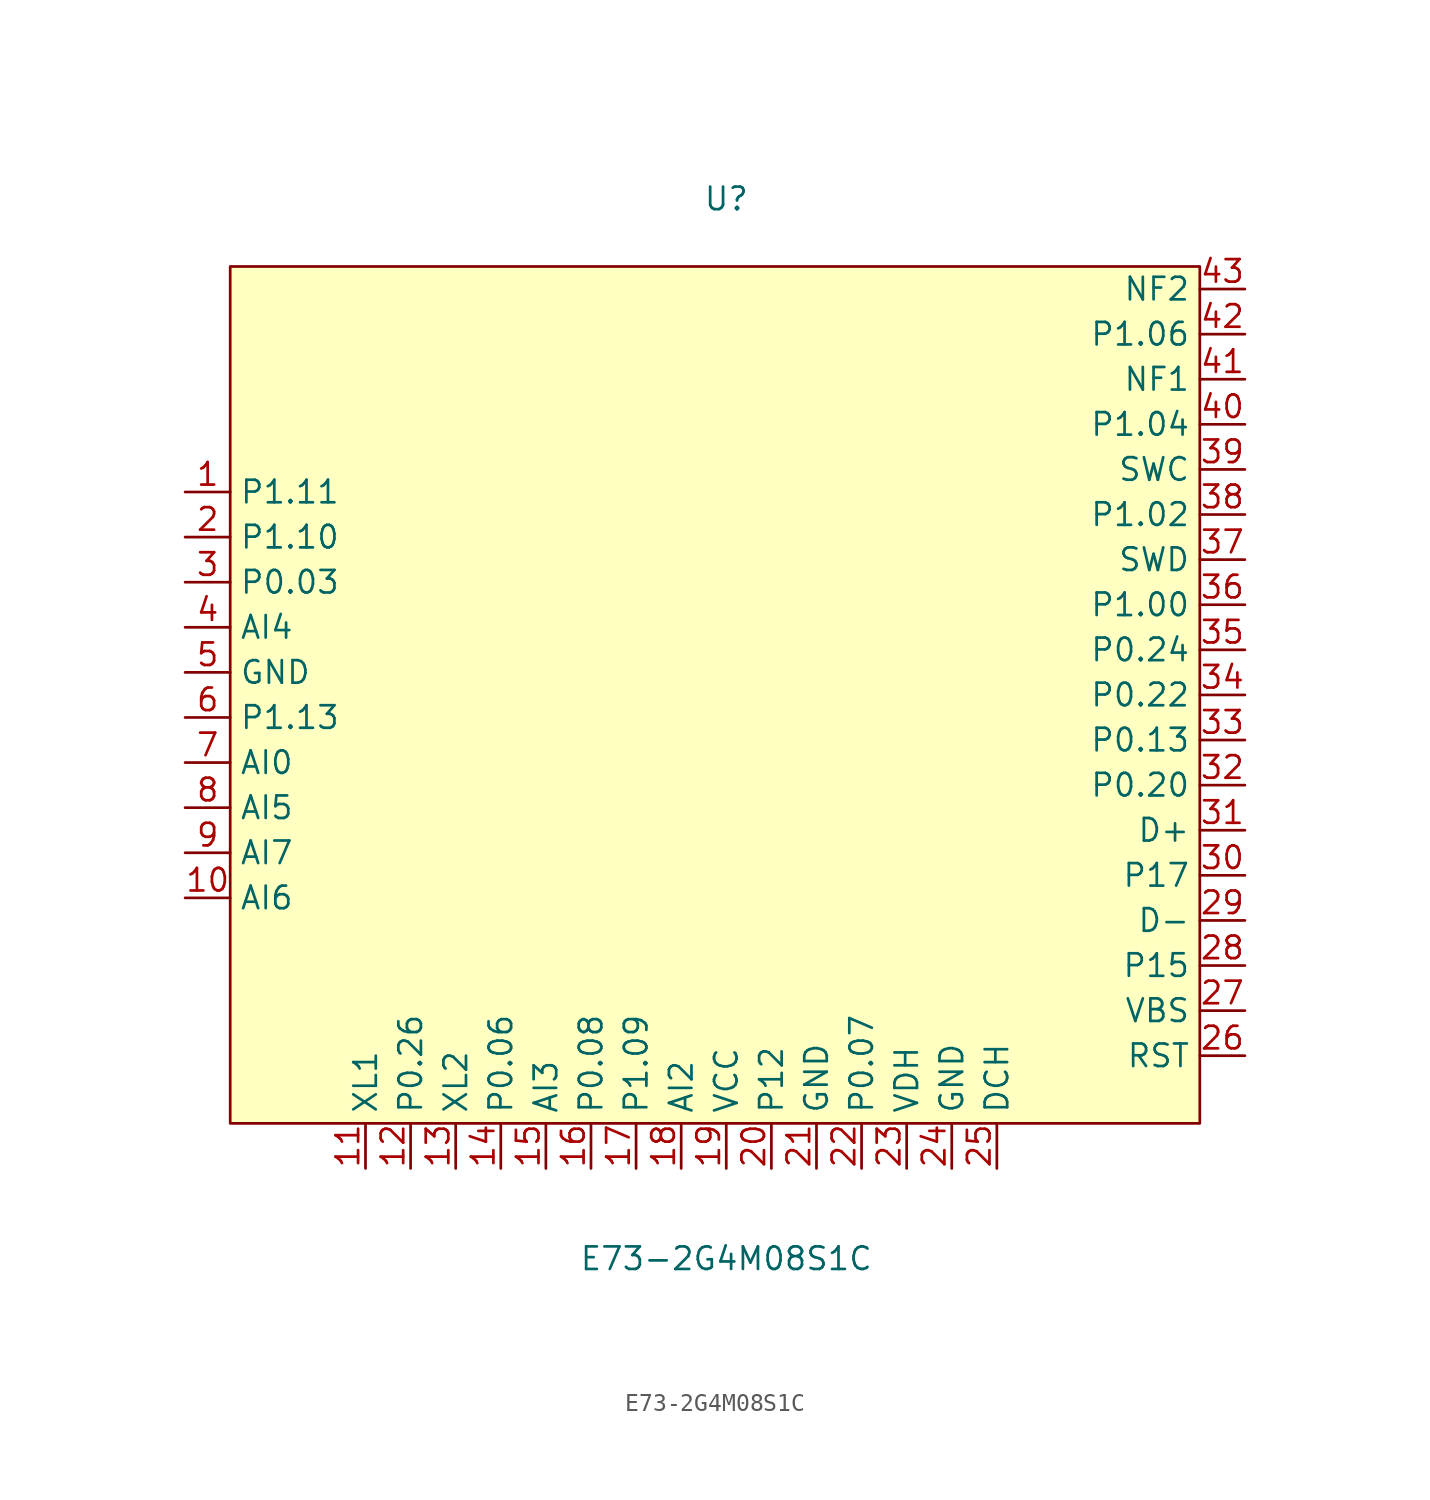
<source format=kicad_sym>
(kicad_symbol_lib
  (version 20211014)
  (generator https://github.com/uPesy/easyeda2kicad.py)
  (symbol "E73-2G4M08S1C"
    (property "Reference" "U"
      (at 0 29.21 0)
      (effects (font (size 1.27 1.27))))
    (property "Value" "E73-2G4M08S1C"
      (at 0 -30.48 0)
      (effects (font (size 1.27 1.27))))
    (symbol "E73-2G4M08S1C_0_1"
      (rectangle (start -27.94 25.40) (end 26.67 -22.86) (stroke (width 0) (type default) (color 0 0 0 0)) (fill (type background)))
      (pin unspecified line (at -30.48 12.70 0) (length 2.54) (name "P1.11" (effects (font (size 1.27 1.27)))) (number "1" (effects (font (size 1.27 1.27)))))
      (pin unspecified line (at -30.48 10.16 0) (length 2.54) (name "P1.10" (effects (font (size 1.27 1.27)))) (number "2" (effects (font (size 1.27 1.27)))))
      (pin unspecified line (at -30.48 7.62 0) (length 2.54) (name "P0.03" (effects (font (size 1.27 1.27)))) (number "3" (effects (font (size 1.27 1.27)))))
      (pin unspecified line (at -30.48 5.08 0) (length 2.54) (name "AI4" (effects (font (size 1.27 1.27)))) (number "4" (effects (font (size 1.27 1.27)))))
      (pin unspecified line (at -30.48 2.54 0) (length 2.54) (name "GND" (effects (font (size 1.27 1.27)))) (number "5" (effects (font (size 1.27 1.27)))))
      (pin unspecified line (at -30.48 -0.00 0) (length 2.54) (name "P1.13" (effects (font (size 1.27 1.27)))) (number "6" (effects (font (size 1.27 1.27)))))
      (pin unspecified line (at -30.48 -2.54 0) (length 2.54) (name "AI0" (effects (font (size 1.27 1.27)))) (number "7" (effects (font (size 1.27 1.27)))))
      (pin unspecified line (at -30.48 -5.08 0) (length 2.54) (name "AI5" (effects (font (size 1.27 1.27)))) (number "8" (effects (font (size 1.27 1.27)))))
      (pin unspecified line (at -30.48 -7.62 0) (length 2.54) (name "AI7" (effects (font (size 1.27 1.27)))) (number "9" (effects (font (size 1.27 1.27)))))
      (pin unspecified line (at -30.48 -10.16 0) (length 2.54) (name "AI6" (effects (font (size 1.27 1.27)))) (number "10" (effects (font (size 1.27 1.27)))))
      (pin unspecified line (at -20.32 -25.40 90) (length 2.54) (name "XL1" (effects (font (size 1.27 1.27)))) (number "11" (effects (font (size 1.27 1.27)))))
      (pin unspecified line (at -17.78 -25.40 90) (length 2.54) (name "P0.26" (effects (font (size 1.27 1.27)))) (number "12" (effects (font (size 1.27 1.27)))))
      (pin unspecified line (at -15.24 -25.40 90) (length 2.54) (name "XL2" (effects (font (size 1.27 1.27)))) (number "13" (effects (font (size 1.27 1.27)))))
      (pin unspecified line (at -12.70 -25.40 90) (length 2.54) (name "P0.06" (effects (font (size 1.27 1.27)))) (number "14" (effects (font (size 1.27 1.27)))))
      (pin unspecified line (at -10.16 -25.40 90) (length 2.54) (name "AI3" (effects (font (size 1.27 1.27)))) (number "15" (effects (font (size 1.27 1.27)))))
      (pin unspecified line (at -7.62 -25.40 90) (length 2.54) (name "P0.08" (effects (font (size 1.27 1.27)))) (number "16" (effects (font (size 1.27 1.27)))))
      (pin unspecified line (at -5.08 -25.40 90) (length 2.54) (name "P1.09" (effects (font (size 1.27 1.27)))) (number "17" (effects (font (size 1.27 1.27)))))
      (pin unspecified line (at -2.54 -25.40 90) (length 2.54) (name "AI2" (effects (font (size 1.27 1.27)))) (number "18" (effects (font (size 1.27 1.27)))))
      (pin unspecified line (at 0.00 -25.40 90) (length 2.54) (name "VCC" (effects (font (size 1.27 1.27)))) (number "19" (effects (font (size 1.27 1.27)))))
      (pin unspecified line (at 2.54 -25.40 90) (length 2.54) (name "P12" (effects (font (size 1.27 1.27)))) (number "20" (effects (font (size 1.27 1.27)))))
      (pin unspecified line (at 5.08 -25.40 90) (length 2.54) (name "GND" (effects (font (size 1.27 1.27)))) (number "21" (effects (font (size 1.27 1.27)))))
      (pin unspecified line (at 7.62 -25.40 90) (length 2.54) (name "P0.07" (effects (font (size 1.27 1.27)))) (number "22" (effects (font (size 1.27 1.27)))))
      (pin unspecified line (at 10.16 -25.40 90) (length 2.54) (name "VDH" (effects (font (size 1.27 1.27)))) (number "23" (effects (font (size 1.27 1.27)))))
      (pin unspecified line (at 12.70 -25.40 90) (length 2.54) (name "GND" (effects (font (size 1.27 1.27)))) (number "24" (effects (font (size 1.27 1.27)))))
      (pin unspecified line (at 15.24 -25.40 90) (length 2.54) (name "DCH" (effects (font (size 1.27 1.27)))) (number "25" (effects (font (size 1.27 1.27)))))
      (pin unspecified line (at 29.21 -19.05 180) (length 2.54) (name "RST" (effects (font (size 1.27 1.27)))) (number "26" (effects (font (size 1.27 1.27)))))
      (pin unspecified line (at 29.21 -16.51 180) (length 2.54) (name "VBS" (effects (font (size 1.27 1.27)))) (number "27" (effects (font (size 1.27 1.27)))))
      (pin unspecified line (at 29.21 -13.97 180) (length 2.54) (name "P15" (effects (font (size 1.27 1.27)))) (number "28" (effects (font (size 1.27 1.27)))))
      (pin unspecified line (at 29.21 -11.43 180) (length 2.54) (name "D-" (effects (font (size 1.27 1.27)))) (number "29" (effects (font (size 1.27 1.27)))))
      (pin unspecified line (at 29.21 -8.89 180) (length 2.54) (name "P17" (effects (font (size 1.27 1.27)))) (number "30" (effects (font (size 1.27 1.27)))))
      (pin unspecified line (at 29.21 -6.35 180) (length 2.54) (name "D+" (effects (font (size 1.27 1.27)))) (number "31" (effects (font (size 1.27 1.27)))))
      (pin unspecified line (at 29.21 -3.81 180) (length 2.54) (name "P0.20" (effects (font (size 1.27 1.27)))) (number "32" (effects (font (size 1.27 1.27)))))
      (pin unspecified line (at 29.21 -1.27 180) (length 2.54) (name "P0.13" (effects (font (size 1.27 1.27)))) (number "33" (effects (font (size 1.27 1.27)))))
      (pin unspecified line (at 29.21 1.27 180) (length 2.54) (name "P0.22" (effects (font (size 1.27 1.27)))) (number "34" (effects (font (size 1.27 1.27)))))
      (pin unspecified line (at 29.21 3.81 180) (length 2.54) (name "P0.24" (effects (font (size 1.27 1.27)))) (number "35" (effects (font (size 1.27 1.27)))))
      (pin unspecified line (at 29.21 6.35 180) (length 2.54) (name "P1.00" (effects (font (size 1.27 1.27)))) (number "36" (effects (font (size 1.27 1.27)))))
      (pin unspecified line (at 29.21 8.89 180) (length 2.54) (name "SWD" (effects (font (size 1.27 1.27)))) (number "37" (effects (font (size 1.27 1.27)))))
      (pin unspecified line (at 29.21 11.43 180) (length 2.54) (name "P1.02" (effects (font (size 1.27 1.27)))) (number "38" (effects (font (size 1.27 1.27)))))
      (pin unspecified line (at 29.21 13.97 180) (length 2.54) (name "SWC" (effects (font (size 1.27 1.27)))) (number "39" (effects (font (size 1.27 1.27)))))
      (pin unspecified line (at 29.21 16.51 180) (length 2.54) (name "P1.04" (effects (font (size 1.27 1.27)))) (number "40" (effects (font (size 1.27 1.27)))))
      (pin unspecified line (at 29.21 19.05 180) (length 2.54) (name "NF1" (effects (font (size 1.27 1.27)))) (number "41" (effects (font (size 1.27 1.27)))))
      (pin unspecified line (at 29.21 21.59 180) (length 2.54) (name "P1.06" (effects (font (size 1.27 1.27)))) (number "42" (effects (font (size 1.27 1.27)))))
      (pin unspecified line (at 29.21 24.13 180) (length 2.54) (name "NF2" (effects (font (size 1.27 1.27)))) (number "43" (effects (font (size 1.27 1.27))))))))
</source>
